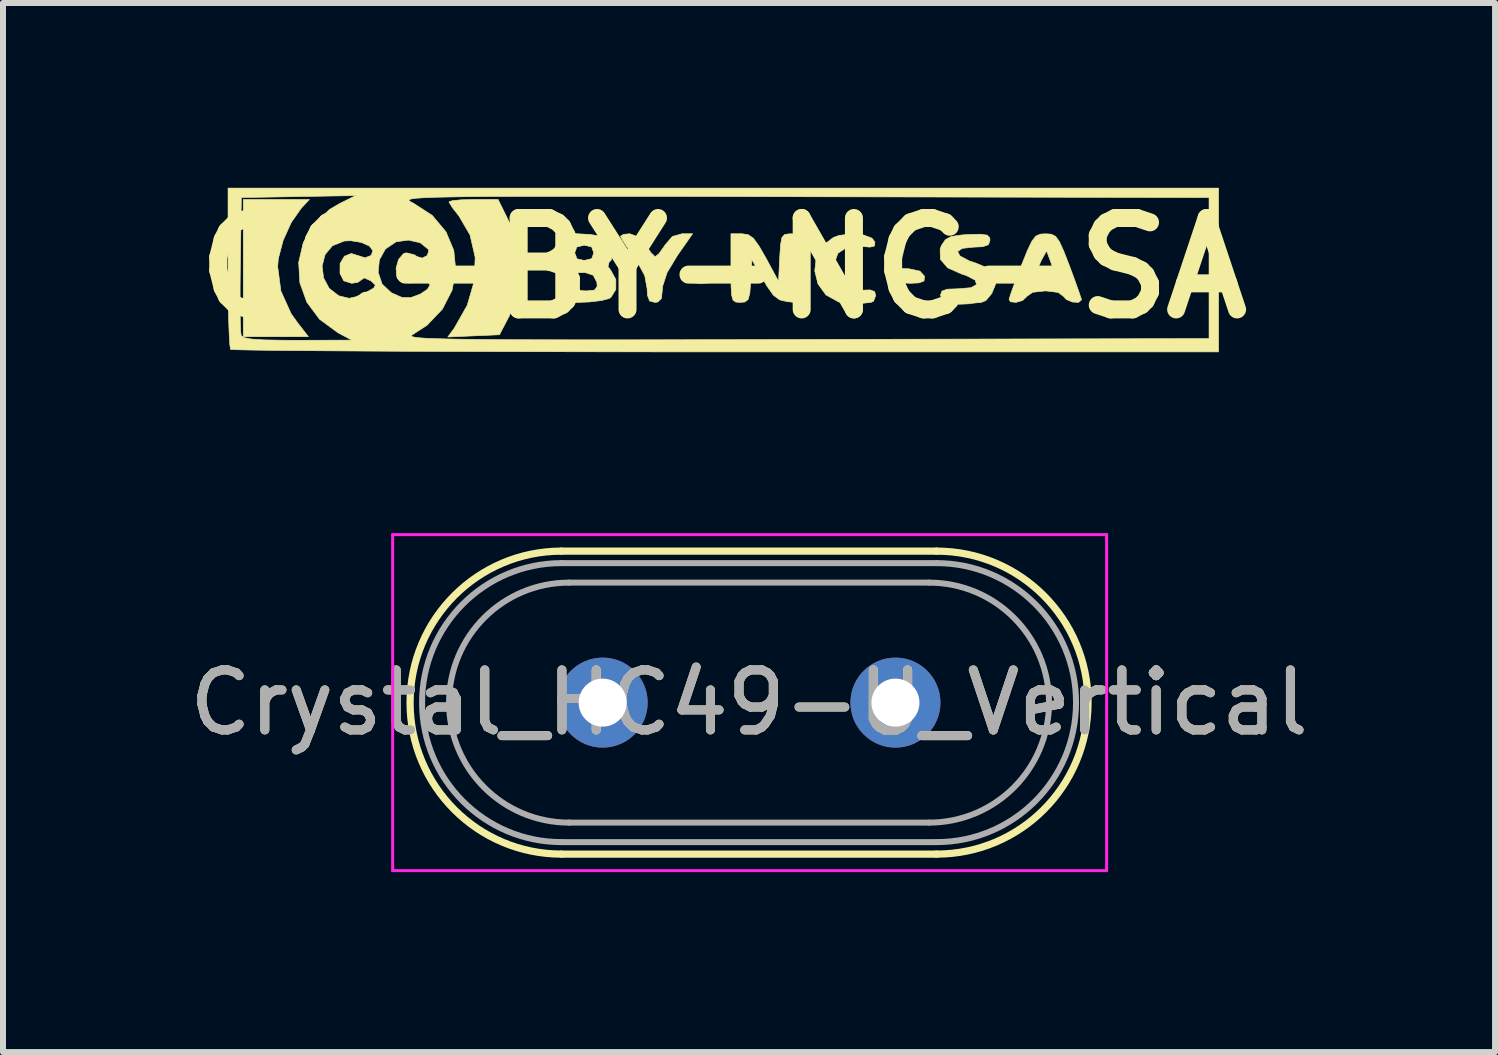
<source format=kicad_pcb>
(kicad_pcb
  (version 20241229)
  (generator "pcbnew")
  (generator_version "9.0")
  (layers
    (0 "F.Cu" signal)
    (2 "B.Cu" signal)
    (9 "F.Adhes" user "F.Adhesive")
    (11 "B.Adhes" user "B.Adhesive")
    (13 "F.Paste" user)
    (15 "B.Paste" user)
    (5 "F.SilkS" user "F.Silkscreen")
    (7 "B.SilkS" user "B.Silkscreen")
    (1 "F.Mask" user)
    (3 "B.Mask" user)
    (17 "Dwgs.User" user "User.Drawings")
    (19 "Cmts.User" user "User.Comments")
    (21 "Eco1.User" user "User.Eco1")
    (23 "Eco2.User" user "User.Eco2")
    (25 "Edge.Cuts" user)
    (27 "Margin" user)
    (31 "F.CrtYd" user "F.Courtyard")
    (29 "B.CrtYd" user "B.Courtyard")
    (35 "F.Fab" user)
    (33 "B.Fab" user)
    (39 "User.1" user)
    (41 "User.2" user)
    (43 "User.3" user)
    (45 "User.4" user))
  (footprint "CC-BY-NC-SA"
    (layer "F.Cu")
    (at 9.006 1.418)
    (property "Reference" "CC-BY-NC-SA" (at 0 0 0) (layer "F.SilkS") (effects (font (size 1.524 1.524) (thickness 0.3))))
    (attr through_hole)
    (fp_poly (pts (xy -7.033 -1) (xy -7.201 -0.761) (xy -7.337 -0.46) (xy -7.417 -0.156) (xy -7.428 -0.025) (xy -7.374 0.384) (xy -7.204 0.76) (xy -7.101 0.905) (xy -6.916 1.143) (xy -8.001 1.143) (xy -8.001 -1.143) (xy -6.899 -1.143) (xy -7.033 -1)) (stroke (width 0.01) (type solid)) (fill yes) (layer "F.SilkS"))
    (fp_poly (pts (xy -0.397 0.012) (xy -0.216 0.051) (xy -0.141 0.134) (xy -0.139 0.143) (xy -0.148 0.215) (xy -0.23 0.247) (xy -0.376 0.254) (xy -0.544 0.244) (xy -0.619 0.203) (xy -0.635 0.123) (xy -0.617 0.038) (xy -0.539 0.007) (xy -0.397 0.012)) (stroke (width 0.01) (type solid)) (fill yes) (layer "F.SilkS"))
    (fp_poly (pts (xy 3.095 0.012) (xy 3.276 0.051) (xy 3.352 0.134) (xy 3.354 0.143) (xy 3.345 0.215) (xy 3.262 0.247) (xy 3.116 0.254) (xy 2.949 0.244) (xy 2.874 0.203) (xy 2.857 0.123) (xy 2.876 0.038) (xy 2.953 0.007) (xy 3.095 0.012)) (stroke (width 0.01) (type solid)) (fill yes) (layer "F.SilkS"))
    (fp_poly (pts (xy -3.552 -0.733) (xy -3.442 -0.492) (xy -3.385 -0.304) (xy -3.369 -0.111) (xy -3.376 0.08) (xy -3.458 0.535) (xy -3.566 0.796) (xy -3.731 1.111) (xy -4.592 1.149) (xy -4.485 1.003) (xy -4.269 0.622) (xy -4.152 0.221) (xy -4.136 -0.178) (xy -4.221 -0.55) (xy -4.409 -0.872) (xy -4.416 -0.88) (xy -4.517 -1.009) (xy -4.57 -1.095) (xy -4.572 -1.105) (xy -4.514 -1.124) (xy -4.363 -1.138) (xy -4.163 -1.143) (xy -3.754 -1.143) (xy -3.552 -0.733)) (stroke (width 0.01) (type solid)) (fill yes) (layer "F.SilkS"))
    (fp_poly (pts (xy -0.764 -0.212) (xy -0.938 0.077) (xy -1.012 0.305) (xy -1.016 0.36) (xy -1.032 0.508) (xy -1.093 0.566) (xy -1.143 0.572) (xy -1.229 0.548) (xy -1.265 0.453) (xy -1.27 0.342) (xy -1.31 0.126) (xy -1.44 -0.116) (xy -1.492 -0.191) (xy -1.611 -0.359) (xy -1.692 -0.484) (xy -1.714 -0.532) (xy -1.66 -0.562) (xy -1.559 -0.572) (xy -1.4 -0.513) (xy -1.292 -0.381) (xy -1.204 -0.254) (xy -1.139 -0.192) (xy -1.133 -0.191) (xy -1.073 -0.24) (xy -0.987 -0.36) (xy -0.974 -0.381) (xy -0.849 -0.527) (xy -0.69 -0.571) (xy -0.687 -0.572) (xy -0.512 -0.572) (xy -0.764 -0.212)) (stroke (width 0.01) (type solid)) (fill yes) (layer "F.SilkS"))
    (fp_poly (pts (xy 2.336 -0.552) (xy 2.478 -0.498) (xy 2.527 -0.434) (xy 2.52 -0.368) (xy 2.443 -0.349) (xy 2.301 -0.362) (xy 2.064 -0.35) (xy 1.909 -0.246) (xy 1.843 -0.054) (xy 1.841 -0.008) (xy 1.88 0.213) (xy 2 0.339) (xy 2.208 0.375) (xy 2.275 0.371) (xy 2.445 0.364) (xy 2.523 0.392) (xy 2.54 0.459) (xy 2.503 0.554) (xy 2.461 0.572) (xy 2.334 0.586) (xy 2.254 0.6) (xy 2.104 0.601) (xy 1.924 0.566) (xy 1.711 0.448) (xy 1.578 0.265) (xy 1.524 0.047) (xy 1.549 -0.176) (xy 1.653 -0.372) (xy 1.836 -0.511) (xy 1.93 -0.544) (xy 2.139 -0.57) (xy 2.336 -0.552)) (stroke (width 0.01) (type solid)) (fill yes) (layer "F.SilkS"))
    (fp_poly (pts (xy 0.413 -0.557) (xy 0.501 -0.497) (xy 0.595 -0.368) (xy 0.706 -0.175) (xy 0.921 0.222) (xy 0.94 -0.175) (xy 0.954 -0.391) (xy 0.977 -0.51) (xy 1.024 -0.561) (xy 1.107 -0.571) (xy 1.114 -0.572) (xy 1.188 -0.567) (xy 1.234 -0.536) (xy 1.258 -0.455) (xy 1.268 -0.299) (xy 1.27 -0.045) (xy 1.27 0.004) (xy 1.27 0.58) (xy 1.066 0.56) (xy 0.939 0.53) (xy 0.836 0.454) (xy 0.728 0.301) (xy 0.669 0.2) (xy 0.476 -0.139) (xy 0.457 0.216) (xy 0.442 0.419) (xy 0.413 0.525) (xy 0.357 0.566) (xy 0.283 0.572) (xy 0.209 0.567) (xy 0.163 0.536) (xy 0.139 0.454) (xy 0.129 0.297) (xy 0.127 0.042) (xy 0.127 0) (xy 0.127 -0.572) (xy 0.309 -0.572) (xy 0.413 -0.557)) (stroke (width 0.01) (type solid)) (fill yes) (layer "F.SilkS"))
    (fp_poly (pts (xy 4.399 -0.549) (xy 4.441 -0.504) (xy 4.445 -0.464) (xy 4.42 -0.39) (xy 4.325 -0.356) (xy 4.175 -0.349) (xy 3.982 -0.328) (xy 3.905 -0.275) (xy 3.945 -0.201) (xy 4.098 -0.12) (xy 4.203 -0.085) (xy 4.432 0.01) (xy 4.54 0.125) (xy 4.541 0.131) (xy 4.538 0.27) (xy 4.475 0.423) (xy 4.378 0.54) (xy 4.301 0.572) (xy 4.175 0.584) (xy 4.096 0.596) (xy 3.935 0.603) (xy 3.794 0.591) (xy 3.653 0.532) (xy 3.619 0.452) (xy 3.643 0.384) (xy 3.732 0.352) (xy 3.918 0.345) (xy 3.921 0.345) (xy 4.129 0.327) (xy 4.222 0.274) (xy 4.197 0.201) (xy 4.05 0.124) (xy 3.976 0.101) (xy 3.741 -0.003) (xy 3.618 -0.145) (xy 3.614 -0.32) (xy 3.639 -0.382) (xy 3.702 -0.474) (xy 3.799 -0.526) (xy 3.967 -0.551) (xy 4.081 -0.559) (xy 4.289 -0.564) (xy 4.399 -0.549)) (stroke (width 0.01) (type solid)) (fill yes) (layer "F.SilkS"))
    (fp_poly (pts (xy -2.22 -0.56) (xy -2.036 -0.53) (xy -1.964 -0.506) (xy -1.876 -0.405) (xy -1.842 -0.26) (xy -1.869 -0.132) (xy -1.905 -0.095) (xy -1.922 -0.025) (xy -1.874 0.04) (xy -1.791 0.191) (xy -1.792 0.358) (xy -1.873 0.488) (xy -1.901 0.506) (xy -2.029 0.541) (xy -2.234 0.565) (xy -2.409 0.572) (xy -2.794 0.572) (xy -2.794 0.218) (xy -2.477 0.218) (xy -2.457 0.333) (xy -2.374 0.376) (xy -2.282 0.381) (xy -2.146 0.367) (xy -2.103 0.306) (xy -2.107 0.238) (xy -2.168 0.12) (xy -2.302 0.075) (xy -2.429 0.078) (xy -2.473 0.148) (xy -2.477 0.218) (xy -2.794 0.218) (xy -2.794 -0.254) (xy -2.477 -0.254) (xy -2.439 -0.154) (xy -2.318 -0.127) (xy -2.193 -0.157) (xy -2.159 -0.254) (xy -2.196 -0.354) (xy -2.318 -0.381) (xy -2.442 -0.351) (xy -2.477 -0.254) (xy -2.794 -0.254) (xy -2.794 -0.572) (xy -2.441 -0.572) (xy -2.22 -0.56)) (stroke (width 0.01) (type solid)) (fill yes) (layer "F.SilkS"))
    (fp_poly (pts (xy 5.466 -0.565) (xy 5.538 -0.529) (xy 5.602 -0.441) (xy 5.676 -0.278) (xy 5.768 -0.041) (xy 5.857 0.199) (xy 5.926 0.393) (xy 5.965 0.51) (xy 5.969 0.53) (xy 5.922 0.572) (xy 5.819 0.566) (xy 5.716 0.523) (xy 5.674 0.476) (xy 5.583 0.406) (xy 5.377 0.381) (xy 5.366 0.381) (xy 5.155 0.404) (xy 5.059 0.472) (xy 5.057 0.476) (xy 4.989 0.54) (xy 4.88 0.572) (xy 4.787 0.562) (xy 4.763 0.526) (xy 4.784 0.45) (xy 4.843 0.285) (xy 4.927 0.062) (xy 4.931 0.052) (xy 5.221 0.052) (xy 5.234 0.154) (xy 5.342 0.19) (xy 5.366 0.191) (xy 5.485 0.17) (xy 5.524 0.131) (xy 5.504 0.033) (xy 5.456 -0.107) (xy 5.388 -0.286) (xy 5.3 -0.127) (xy 5.221 0.052) (xy 4.931 0.052) (xy 4.969 -0.046) (xy 5.07 -0.297) (xy 5.145 -0.452) (xy 5.21 -0.534) (xy 5.284 -0.566) (xy 5.371 -0.571) (xy 5.466 -0.565)) (stroke (width 0.01) (type solid)) (fill yes) (layer "F.SilkS"))
    (fp_poly (pts (xy 8.255 1.397) (xy 0.042 1.397) (xy -0.969 1.397) (xy -1.945 1.396) (xy -2.878 1.394) (xy -3.761 1.392) (xy -4.586 1.39) (xy -5.347 1.387) (xy -6.034 1.383) (xy -6.641 1.379) (xy -7.16 1.375) (xy -7.584 1.371) (xy -7.905 1.366) (xy -8.116 1.361) (xy -8.209 1.356) (xy -8.213 1.355) (xy -8.225 1.281) (xy -8.236 1.1) (xy -8.246 0.831) (xy -8.249 0.626) (xy -8.054 0.626) (xy -8.051 0.887) (xy -8.044 1.062) (xy -8.036 1.125) (xy -7.989 1.159) (xy -7.868 1.183) (xy -7.659 1.197) (xy -7.347 1.203) (xy -7.098 1.204) (xy -6.191 1.201) (xy -6.422 1.079) (xy -6.73 0.853) (xy -6.942 0.568) (xy -7.058 0.245) (xy -7.074 -0.034) (xy -6.687 -0.034) (xy -6.663 0.163) (xy -6.57 0.338) (xy -6.41 0.462) (xy -6.236 0.504) (xy -6.127 0.479) (xy -5.971 0.413) (xy -5.954 0.405) (xy -5.826 0.333) (xy -5.8 0.283) (xy -5.862 0.223) (xy -5.877 0.212) (xy -5.983 0.163) (xy -6.021 0.188) (xy -6.094 0.239) (xy -6.195 0.254) (xy -6.326 0.213) (xy -6.389 0.09) (xy -6.389 0.072) (xy -5.753 0.072) (xy -5.687 0.267) (xy -5.533 0.412) (xy -5.355 0.49) (xy -5.208 0.492) (xy -5.051 0.434) (xy -4.933 0.355) (xy -4.889 0.282) (xy -4.936 0.198) (xy -5.031 0.159) (xy -5.112 0.191) (xy -5.113 0.193) (xy -5.21 0.249) (xy -5.34 0.239) (xy -5.433 0.17) (xy -5.438 0.159) (xy -5.455 0.005) (xy -5.413 -0.145) (xy -5.329 -0.241) (xy -5.282 -0.254) (xy -5.151 -0.222) (xy -5.108 -0.193) (xy -5.018 -0.166) (xy -4.934 -0.21) (xy -4.909 -0.291) (xy -4.919 -0.314) (xy -5.052 -0.422) (xy -5.249 -0.466) (xy -5.453 -0.438) (xy -5.632 -0.318) (xy -5.733 -0.136) (xy -5.753 0.072) (xy -6.389 0.072) (xy -6.388 -0.075) (xy -6.316 -0.197) (xy -6.201 -0.243) (xy -6.111 -0.215) (xy -5.97 -0.171) (xy -5.868 -0.212) (xy -5.842 -0.29) (xy -5.898 -0.367) (xy -6.036 -0.428) (xy -6.211 -0.456) (xy -6.318 -0.451) (xy -6.517 -0.371) (xy -6.639 -0.222) (xy -6.687 -0.034) (xy -7.074 -0.034) (xy -7.078 -0.093) (xy -7.001 -0.424) (xy -6.83 -0.726) (xy -6.563 -0.977) (xy -6.401 -1.072) (xy -6.286 -1.129) (xy -5.241 -1.129) (xy -5.227 -1.114) (xy -5.196 -1.096) (xy -5.175 -1.087) (xy -4.851 -0.877) (xy -4.623 -0.605) (xy -4.492 -0.293) (xy -4.459 0.04) (xy -4.522 0.372) (xy -4.682 0.684) (xy -4.939 0.954) (xy -5.175 1.107) (xy -5.198 1.123) (xy -5.196 1.137) (xy -5.164 1.149) (xy -5.094 1.16) (xy -4.98 1.169) (xy -4.815 1.176) (xy -4.592 1.182) (xy -4.305 1.187) (xy -3.946 1.191) (xy -3.509 1.194) (xy -2.987 1.195) (xy -2.373 1.196) (xy -1.661 1.196) (xy -0.843 1.195) (xy 0.086 1.193) (xy 1.135 1.191) (xy 1.365 1.19) (xy 8.096 1.175) (xy 8.096 -1.175) (xy 1.333 -1.189) (xy 0.261 -1.192) (xy -0.691 -1.194) (xy -1.53 -1.195) (xy -2.263 -1.195) (xy -2.895 -1.195) (xy -3.435 -1.194) (xy -3.889 -1.193) (xy -4.264 -1.19) (xy -4.566 -1.185) (xy -4.802 -1.18) (xy -4.98 -1.173) (xy -5.106 -1.165) (xy -5.187 -1.155) (xy -5.229 -1.143) (xy -5.241 -1.129) (xy -6.286 -1.129) (xy -6.128 -1.208) (xy -8.033 -1.175) (xy -8.05 -0.066) (xy -8.054 0.301) (xy -8.054 0.626) (xy -8.249 0.626) (xy -8.252 0.493) (xy -8.255 0.106) (xy -8.255 -0.011) (xy -8.255 -1.333) (xy 8.255 -1.333) (xy 8.255 1.397)) (stroke (width 0.01) (type solid)) (fill yes) (layer "F.SilkS")))
  (footprint "Crystal_HC49-U_Vertical"
    (layer "F.Cu")
    (at 6.995 8.661)
    (property "Reference" "Crystal_HC49-U_Vertical" (at 2.44 0 0) (layer "F.SilkS") (effects (font (size 1 1) (thickness 0.15))))
    (attr through_hole)
    (fp_line (start -0.685 -2.525) (end 5.565 -2.525) (stroke (width 0.12) (type solid)) (layer "F.SilkS"))
    (fp_line (start -0.685 2.525) (end 5.565 2.525) (stroke (width 0.12) (type solid)) (layer "F.SilkS"))
    (fp_arc (start -0.685 2.525) (mid -3.21 0) (end -0.685 -2.525) (stroke (width 0.12) (type solid)) (layer "F.SilkS"))
    (fp_arc (start 5.565 -2.525) (mid 8.09 0) (end 5.565 2.525) (stroke (width 0.12) (type solid)) (layer "F.SilkS"))
    (fp_line (start -3.5 -2.8) (end -3.5 2.8) (stroke (width 0.05) (type solid)) (layer "F.CrtYd"))
    (fp_line (start -3.5 2.8) (end 8.4 2.8) (stroke (width 0.05) (type solid)) (layer "F.CrtYd"))
    (fp_line (start 8.4 -2.8) (end -3.5 -2.8) (stroke (width 0.05) (type solid)) (layer "F.CrtYd"))
    (fp_line (start 8.4 2.8) (end 8.4 -2.8) (stroke (width 0.05) (type solid)) (layer "F.CrtYd"))
    (fp_line (start -0.685 -2.325) (end 5.565 -2.325) (stroke (width 0.1) (type solid)) (layer "F.Fab"))
    (fp_line (start -0.685 2.325) (end 5.565 2.325) (stroke (width 0.1) (type solid)) (layer "F.Fab"))
    (fp_line (start -0.56 -2) (end 5.44 -2) (stroke (width 0.1) (type solid)) (layer "F.Fab"))
    (fp_line (start -0.56 2) (end 5.44 2) (stroke (width 0.1) (type solid)) (layer "F.Fab"))
    (fp_arc (start -0.685 2.325) (mid -3.01 0) (end -0.685 -2.325) (stroke (width 0.1) (type solid)) (layer "F.Fab"))
    (fp_arc (start -0.56 2) (mid -2.56 0) (end -0.56 -2) (stroke (width 0.1) (type solid)) (layer "F.Fab"))
    (fp_arc (start 5.44 -2) (mid 7.44 0) (end 5.44 2) (stroke (width 0.1) (type solid)) (layer "F.Fab"))
    (fp_arc (start 5.565 -2.325) (mid 7.89 0) (end 5.565 2.325) (stroke (width 0.1) (type solid)) (layer "F.Fab"))
    (fp_text user "${REFERENCE}" (at 2.44 0 0) (layer "F.Fab") (effects (font (size 1 1) (thickness 0.15))))
    (pad "1" thru_hole circle (at 0 0) (size 1.5 1.5) (drill 0.8) (layers "*.Cu" "*.Mask"))
    (pad "2" thru_hole circle (at 4.88 0) (size 1.5 1.5) (drill 0.8) (layers "*.Cu" "*.Mask")))
  (gr_rect
    (start -3 -3)
    (end 21.869 14.486)
    (stroke (width 0.1) (type default))
    (fill no)
    (layer "Edge.Cuts")))
</source>
